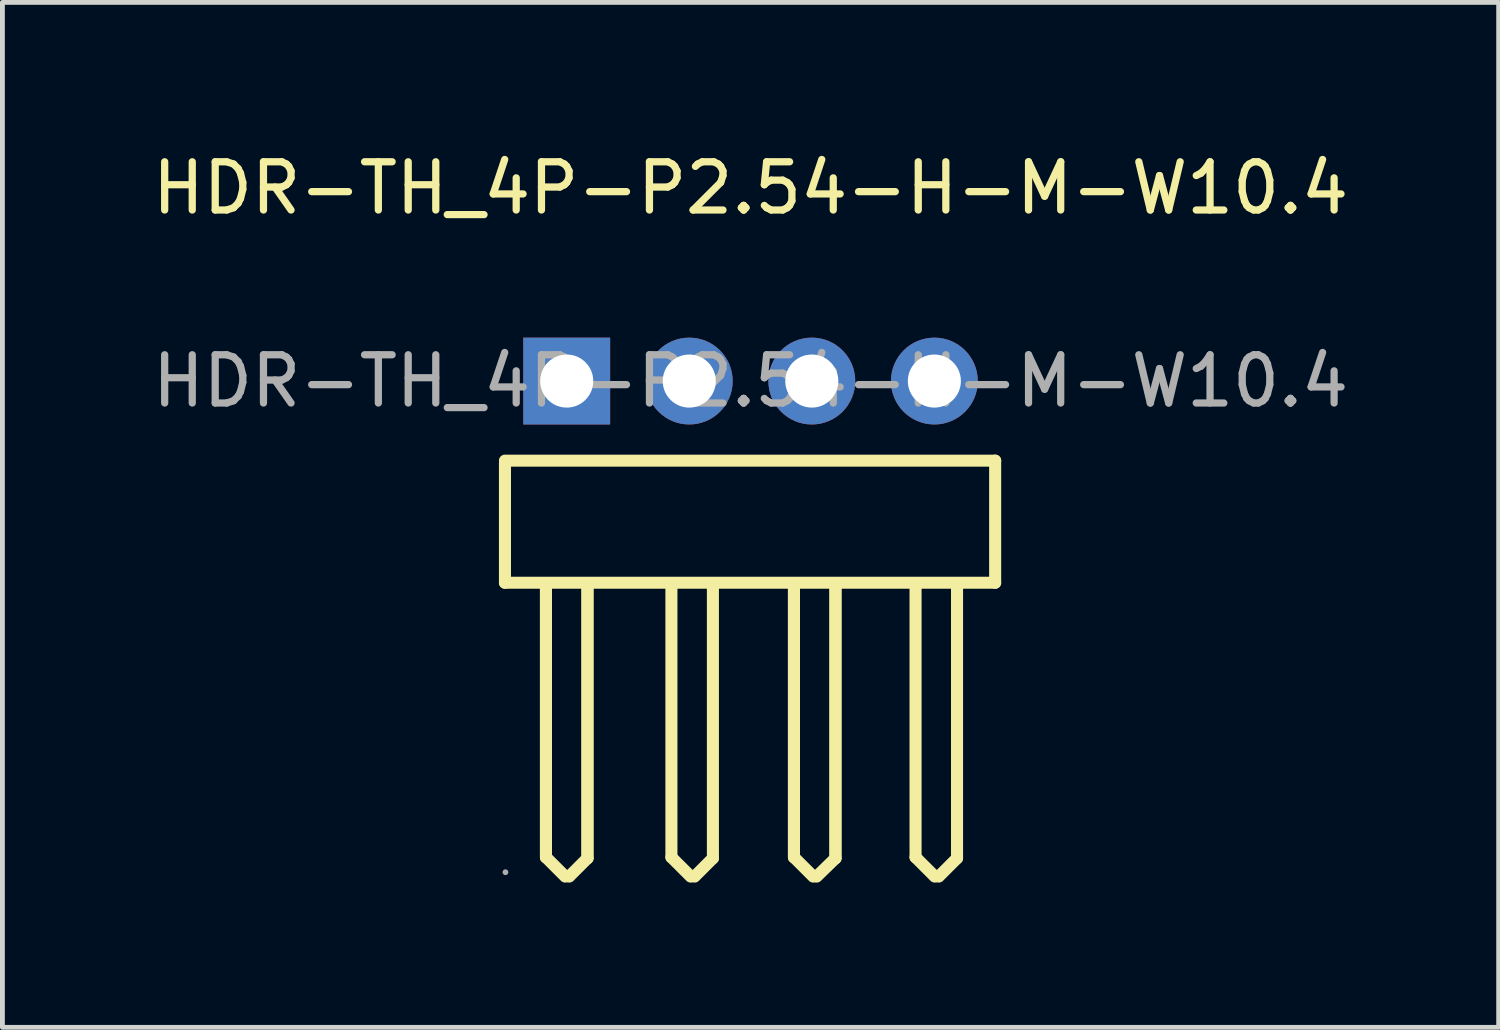
<source format=kicad_pcb>
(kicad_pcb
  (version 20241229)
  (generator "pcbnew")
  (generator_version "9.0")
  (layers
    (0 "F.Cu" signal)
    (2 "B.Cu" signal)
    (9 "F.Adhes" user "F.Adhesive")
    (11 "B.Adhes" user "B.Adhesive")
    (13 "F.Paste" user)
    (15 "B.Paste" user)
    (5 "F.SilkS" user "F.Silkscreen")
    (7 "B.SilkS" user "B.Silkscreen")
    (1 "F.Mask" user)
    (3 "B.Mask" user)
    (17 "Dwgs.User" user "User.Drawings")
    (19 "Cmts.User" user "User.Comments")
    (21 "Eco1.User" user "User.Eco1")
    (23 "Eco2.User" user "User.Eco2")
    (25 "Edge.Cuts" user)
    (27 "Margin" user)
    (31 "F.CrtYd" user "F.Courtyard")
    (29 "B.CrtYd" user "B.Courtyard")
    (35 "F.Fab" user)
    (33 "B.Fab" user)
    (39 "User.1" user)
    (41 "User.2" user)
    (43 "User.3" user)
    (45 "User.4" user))
  (footprint "HDR-TH_4P-P2.54-H-M-W10.4"
    (layer "F.Cu")
    (at 12.506 4.848)
    (property "Reference" "HDR-TH_4P-P2.54-H-M-W10.4" (at 0 -4 0) (layer "F.SilkS") (effects (font (size 1 1) (thickness 0.15))))
    (attr through_hole)
    (fp_line (start -5.09 4.18) (end -5.09 1.7) (stroke (width 0.25) (type solid)) (layer "F.SilkS"))
    (fp_line (start -4.24 4.27) (end -4.24 9.87) (stroke (width 0.25) (type solid)) (layer "F.SilkS"))
    (fp_line (start -4.24 4.27) (end -4.24 9.87) (stroke (width 0.25) (type solid)) (layer "F.SilkS"))
    (fp_line (start -4.24 9.87) (end -3.84 10.27) (stroke (width 0.25) (type solid)) (layer "F.SilkS"))
    (fp_line (start -3.38 4.27) (end -3.38 9.89) (stroke (width 0.25) (type solid)) (layer "F.SilkS"))
    (fp_line (start -3.38 4.27) (end -3.38 9.89) (stroke (width 0.25) (type solid)) (layer "F.SilkS"))
    (fp_line (start -3.38 9.89) (end -3.76 10.27) (stroke (width 0.25) (type solid)) (layer "F.SilkS"))
    (fp_line (start -1.64 4.27) (end -1.64 9.87) (stroke (width 0.25) (type solid)) (layer "F.SilkS"))
    (fp_line (start -1.64 9.87) (end -1.24 10.27) (stroke (width 0.25) (type solid)) (layer "F.SilkS"))
    (fp_line (start -0.78 4.27) (end -0.78 9.89) (stroke (width 0.25) (type solid)) (layer "F.SilkS"))
    (fp_line (start -0.78 9.89) (end -1.16 10.27) (stroke (width 0.25) (type solid)) (layer "F.SilkS"))
    (fp_line (start 0.9 4.27) (end 0.9 9.87) (stroke (width 0.25) (type solid)) (layer "F.SilkS"))
    (fp_line (start 0.9 4.27) (end 0.9 9.87) (stroke (width 0.25) (type solid)) (layer "F.SilkS"))
    (fp_line (start 0.9 9.87) (end 1.3 10.27) (stroke (width 0.25) (type solid)) (layer "F.SilkS"))
    (fp_line (start 1.76 4.27) (end 1.76 9.89) (stroke (width 0.25) (type solid)) (layer "F.SilkS"))
    (fp_line (start 1.76 4.27) (end 1.76 9.89) (stroke (width 0.25) (type solid)) (layer "F.SilkS"))
    (fp_line (start 1.76 9.89) (end 1.37 10.27) (stroke (width 0.25) (type solid)) (layer "F.SilkS"))
    (fp_line (start 3.42 4.27) (end 3.42 9.87) (stroke (width 0.25) (type solid)) (layer "F.SilkS"))
    (fp_line (start 3.42 9.87) (end 3.82 10.27) (stroke (width 0.25) (type solid)) (layer "F.SilkS"))
    (fp_line (start 4.28 4.27) (end 4.28 9.89) (stroke (width 0.25) (type solid)) (layer "F.SilkS"))
    (fp_line (start 4.28 9.89) (end 3.9 10.27) (stroke (width 0.25) (type solid)) (layer "F.SilkS"))
    (fp_line (start 5.07 1.65) (end -5.09 1.65) (stroke (width 0.25) (type solid)) (layer "F.SilkS"))
    (fp_line (start 5.07 1.65) (end 5.07 4.18) (stroke (width 0.25) (type solid)) (layer "F.SilkS"))
    (fp_line (start 5.07 4.18) (end -5.09 4.18) (stroke (width 0.25) (type solid)) (layer "F.SilkS"))
    (fp_circle (center -5.08 10.18) (end -5.05 10.18) (stroke (width 0.06) (type solid)) (fill no) (layer "F.Fab"))
    (fp_text user "${REFERENCE}" (at 0 0 0) (layer "F.Fab") (effects (font (size 1 1) (thickness 0.15))))
    (pad "1" thru_hole rect (at -3.81 0) (size 1.8 1.8) (drill 1.1) (layers "*.Cu" "*.Mask"))
    (pad "2" thru_hole circle (at -1.27 0) (size 1.8 1.8) (drill 1.1) (layers "*.Cu" "*.Mask"))
    (pad "3" thru_hole circle (at 1.27 0) (size 1.8 1.8) (drill 1.1) (layers "*.Cu" "*.Mask"))
    (pad "4" thru_hole circle (at 3.81 0) (size 1.8 1.8) (drill 1.1) (layers "*.Cu" "*.Mask")))
  (gr_rect
    (start -3 -3)
    (end 28.012 18.243)
    (stroke (width 0.1) (type default))
    (fill no)
    (layer "Edge.Cuts")))
</source>
